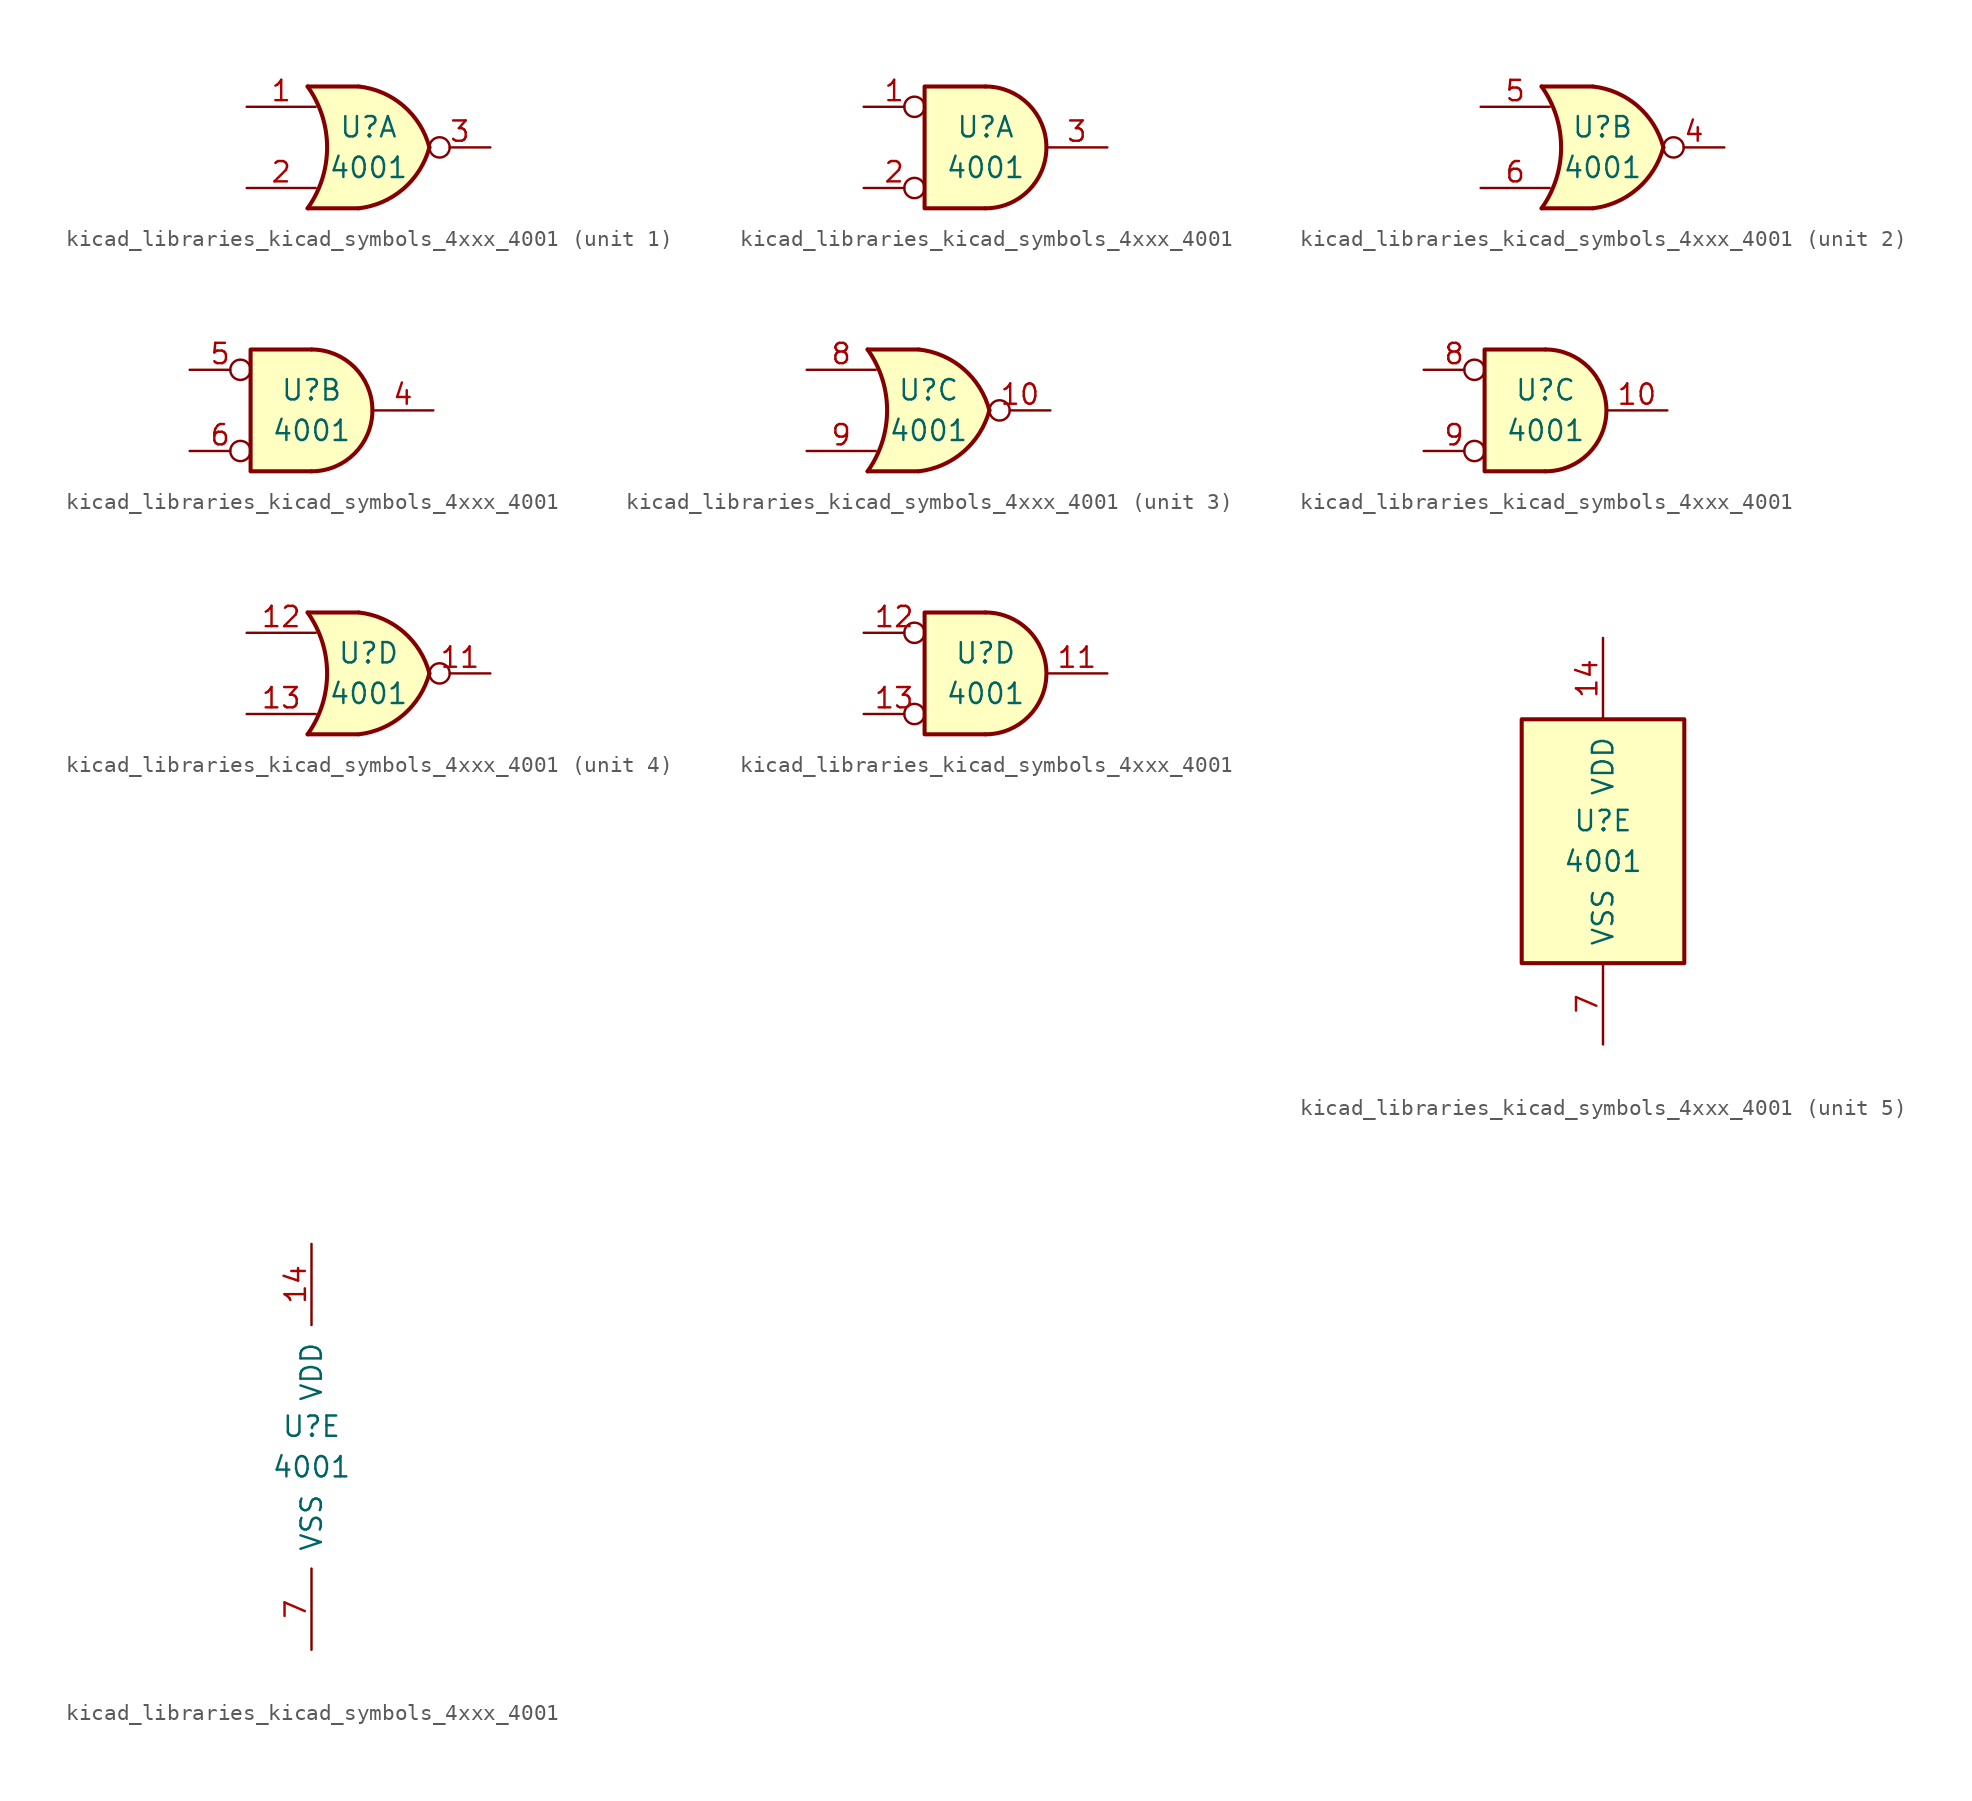
<source format=kicad_sym>
(kicad_symbol_lib
  (version 20220914)
  (generator kicad_symbol_editor)
  (symbol "kicad_libraries_kicad_symbols_4xxx_4001"
    (pin_names
      (offset 1.016))
    (property "Reference" "U"
      (at 0 1.27 0)
      (effects (font (size 1.27 1.27))))
    (property "Value" "4001"
      (at 0 -1.27 0)
      (effects (font (size 1.27 1.27))))
    (property "ki_locked" ""
      (at 0 0 0)
      (effects (font (size 1.27 1.27))))
    (symbol "kicad_libraries_kicad_symbols_4xxx_4001_1_1"
      (arc (start -3.81 -3.81) (mid -2.589 0) (end -3.81 3.81) (stroke (width 0.254) (type default)) (fill (type none)))
      (arc (start -0.6096 -3.81) (mid 2.1842 -2.5851) (end 3.81 0) (stroke (width 0.254) (type default)) (fill (type background)))
      (polyline (pts (xy -3.81 -3.81) (xy -0.635 -3.81)) (stroke (width 0.254) (type default)) (fill (type background)))
      (polyline (pts (xy -3.81 3.81) (xy -0.635 3.81)) (stroke (width 0.254) (type default)) (fill (type background)))
      (polyline (pts (xy -0.635 3.81) (xy -3.81 3.81) (xy -3.81 3.81) (xy -3.556 3.404) (xy -3.023 2.261) (xy -2.692 1.041) (xy -2.616 -0.254) (xy -2.769 -1.499) (xy -3.175 -2.718) (xy -3.81 -3.81) (xy -3.81 -3.81) (xy -0.635 -3.81)) (stroke (width -25.4) (type default)) (fill (type background)))
      (arc (start 3.81 0) (mid 2.1915 2.5936) (end -0.6096 3.81) (stroke (width 0.254) (type default)) (fill (type background)))
      (pin input line (at -7.62 2.54 0) (length 4.318) (name "~" (effects (font (size 1.27 1.27)))) (number "1" (effects (font (size 1.27 1.27)))))
      (pin input line (at -7.62 -2.54 0) (length 4.318) (name "~" (effects (font (size 1.27 1.27)))) (number "2" (effects (font (size 1.27 1.27)))))
      (pin output inverted (at 7.62 0 180) (length 3.81) (name "~" (effects (font (size 1.27 1.27)))) (number "3" (effects (font (size 1.27 1.27))))))
    (symbol "kicad_libraries_kicad_symbols_4xxx_4001_1_2"
      (arc (start 0 -3.81) (mid 3.7934 0) (end 0 3.81) (stroke (width 0.254) (type default)) (fill (type background)))
      (polyline (pts (xy 0 3.81) (xy -3.81 3.81) (xy -3.81 -3.81) (xy 0 -3.81)) (stroke (width 0.254) (type default)) (fill (type background)))
      (pin input inverted (at -7.62 2.54 0) (length 3.81) (name "~" (effects (font (size 1.27 1.27)))) (number "1" (effects (font (size 1.27 1.27)))))
      (pin input inverted (at -7.62 -2.54 0) (length 3.81) (name "~" (effects (font (size 1.27 1.27)))) (number "2" (effects (font (size 1.27 1.27)))))
      (pin output line (at 7.62 0 180) (length 3.81) (name "~" (effects (font (size 1.27 1.27)))) (number "3" (effects (font (size 1.27 1.27))))))
    (symbol "kicad_libraries_kicad_symbols_4xxx_4001_2_1"
      (arc (start -3.81 -3.81) (mid -2.589 0) (end -3.81 3.81) (stroke (width 0.254) (type default)) (fill (type none)))
      (arc (start -0.6096 -3.81) (mid 2.1842 -2.5851) (end 3.81 0) (stroke (width 0.254) (type default)) (fill (type background)))
      (polyline (pts (xy -3.81 -3.81) (xy -0.635 -3.81)) (stroke (width 0.254) (type default)) (fill (type background)))
      (polyline (pts (xy -3.81 3.81) (xy -0.635 3.81)) (stroke (width 0.254) (type default)) (fill (type background)))
      (polyline (pts (xy -0.635 3.81) (xy -3.81 3.81) (xy -3.81 3.81) (xy -3.556 3.404) (xy -3.023 2.261) (xy -2.692 1.041) (xy -2.616 -0.254) (xy -2.769 -1.499) (xy -3.175 -2.718) (xy -3.81 -3.81) (xy -3.81 -3.81) (xy -0.635 -3.81)) (stroke (width -25.4) (type default)) (fill (type background)))
      (arc (start 3.81 0) (mid 2.1915 2.5936) (end -0.6096 3.81) (stroke (width 0.254) (type default)) (fill (type background)))
      (pin output inverted (at 7.62 0 180) (length 3.81) (name "~" (effects (font (size 1.27 1.27)))) (number "4" (effects (font (size 1.27 1.27)))))
      (pin input line (at -7.62 2.54 0) (length 4.318) (name "~" (effects (font (size 1.27 1.27)))) (number "5" (effects (font (size 1.27 1.27)))))
      (pin input line (at -7.62 -2.54 0) (length 4.318) (name "~" (effects (font (size 1.27 1.27)))) (number "6" (effects (font (size 1.27 1.27))))))
    (symbol "kicad_libraries_kicad_symbols_4xxx_4001_2_2"
      (arc (start 0 -3.81) (mid 3.7934 0) (end 0 3.81) (stroke (width 0.254) (type default)) (fill (type background)))
      (polyline (pts (xy 0 3.81) (xy -3.81 3.81) (xy -3.81 -3.81) (xy 0 -3.81)) (stroke (width 0.254) (type default)) (fill (type background)))
      (pin output line (at 7.62 0 180) (length 3.81) (name "~" (effects (font (size 1.27 1.27)))) (number "4" (effects (font (size 1.27 1.27)))))
      (pin input inverted (at -7.62 2.54 0) (length 3.81) (name "~" (effects (font (size 1.27 1.27)))) (number "5" (effects (font (size 1.27 1.27)))))
      (pin input inverted (at -7.62 -2.54 0) (length 3.81) (name "~" (effects (font (size 1.27 1.27)))) (number "6" (effects (font (size 1.27 1.27))))))
    (symbol "kicad_libraries_kicad_symbols_4xxx_4001_3_1"
      (arc (start -3.81 -3.81) (mid -2.589 0) (end -3.81 3.81) (stroke (width 0.254) (type default)) (fill (type none)))
      (arc (start -0.6096 -3.81) (mid 2.1842 -2.5851) (end 3.81 0) (stroke (width 0.254) (type default)) (fill (type background)))
      (polyline (pts (xy -3.81 -3.81) (xy -0.635 -3.81)) (stroke (width 0.254) (type default)) (fill (type background)))
      (polyline (pts (xy -3.81 3.81) (xy -0.635 3.81)) (stroke (width 0.254) (type default)) (fill (type background)))
      (polyline (pts (xy -0.635 3.81) (xy -3.81 3.81) (xy -3.81 3.81) (xy -3.556 3.404) (xy -3.023 2.261) (xy -2.692 1.041) (xy -2.616 -0.254) (xy -2.769 -1.499) (xy -3.175 -2.718) (xy -3.81 -3.81) (xy -3.81 -3.81) (xy -0.635 -3.81)) (stroke (width -25.4) (type default)) (fill (type background)))
      (arc (start 3.81 0) (mid 2.1915 2.5936) (end -0.6096 3.81) (stroke (width 0.254) (type default)) (fill (type background)))
      (pin output inverted (at 7.62 0 180) (length 3.81) (name "~" (effects (font (size 1.27 1.27)))) (number "10" (effects (font (size 1.27 1.27)))))
      (pin input line (at -7.62 2.54 0) (length 4.318) (name "~" (effects (font (size 1.27 1.27)))) (number "8" (effects (font (size 1.27 1.27)))))
      (pin input line (at -7.62 -2.54 0) (length 4.318) (name "~" (effects (font (size 1.27 1.27)))) (number "9" (effects (font (size 1.27 1.27))))))
    (symbol "kicad_libraries_kicad_symbols_4xxx_4001_3_2"
      (arc (start 0 -3.81) (mid 3.7934 0) (end 0 3.81) (stroke (width 0.254) (type default)) (fill (type background)))
      (polyline (pts (xy 0 3.81) (xy -3.81 3.81) (xy -3.81 -3.81) (xy 0 -3.81)) (stroke (width 0.254) (type default)) (fill (type background)))
      (pin output line (at 7.62 0 180) (length 3.81) (name "~" (effects (font (size 1.27 1.27)))) (number "10" (effects (font (size 1.27 1.27)))))
      (pin input inverted (at -7.62 2.54 0) (length 3.81) (name "~" (effects (font (size 1.27 1.27)))) (number "8" (effects (font (size 1.27 1.27)))))
      (pin input inverted (at -7.62 -2.54 0) (length 3.81) (name "~" (effects (font (size 1.27 1.27)))) (number "9" (effects (font (size 1.27 1.27))))))
    (symbol "kicad_libraries_kicad_symbols_4xxx_4001_4_1"
      (arc (start -3.81 -3.81) (mid -2.589 0) (end -3.81 3.81) (stroke (width 0.254) (type default)) (fill (type none)))
      (arc (start -0.6096 -3.81) (mid 2.1842 -2.5851) (end 3.81 0) (stroke (width 0.254) (type default)) (fill (type background)))
      (polyline (pts (xy -3.81 -3.81) (xy -0.635 -3.81)) (stroke (width 0.254) (type default)) (fill (type background)))
      (polyline (pts (xy -3.81 3.81) (xy -0.635 3.81)) (stroke (width 0.254) (type default)) (fill (type background)))
      (polyline (pts (xy -0.635 3.81) (xy -3.81 3.81) (xy -3.81 3.81) (xy -3.556 3.404) (xy -3.023 2.261) (xy -2.692 1.041) (xy -2.616 -0.254) (xy -2.769 -1.499) (xy -3.175 -2.718) (xy -3.81 -3.81) (xy -3.81 -3.81) (xy -0.635 -3.81)) (stroke (width -25.4) (type default)) (fill (type background)))
      (arc (start 3.81 0) (mid 2.1915 2.5936) (end -0.6096 3.81) (stroke (width 0.254) (type default)) (fill (type background)))
      (pin output inverted (at 7.62 0 180) (length 3.81) (name "~" (effects (font (size 1.27 1.27)))) (number "11" (effects (font (size 1.27 1.27)))))
      (pin input line (at -7.62 2.54 0) (length 4.318) (name "~" (effects (font (size 1.27 1.27)))) (number "12" (effects (font (size 1.27 1.27)))))
      (pin input line (at -7.62 -2.54 0) (length 4.318) (name "~" (effects (font (size 1.27 1.27)))) (number "13" (effects (font (size 1.27 1.27))))))
    (symbol "kicad_libraries_kicad_symbols_4xxx_4001_4_2"
      (arc (start 0 -3.81) (mid 3.7934 0) (end 0 3.81) (stroke (width 0.254) (type default)) (fill (type background)))
      (polyline (pts (xy 0 3.81) (xy -3.81 3.81) (xy -3.81 -3.81) (xy 0 -3.81)) (stroke (width 0.254) (type default)) (fill (type background)))
      (pin output line (at 7.62 0 180) (length 3.81) (name "~" (effects (font (size 1.27 1.27)))) (number "11" (effects (font (size 1.27 1.27)))))
      (pin input inverted (at -7.62 2.54 0) (length 3.81) (name "~" (effects (font (size 1.27 1.27)))) (number "12" (effects (font (size 1.27 1.27)))))
      (pin input inverted (at -7.62 -2.54 0) (length 3.81) (name "~" (effects (font (size 1.27 1.27)))) (number "13" (effects (font (size 1.27 1.27))))))
    (symbol "kicad_libraries_kicad_symbols_4xxx_4001_5_0"
      (pin power_in line (at 0 12.7 270) (length 5.08) (name "VDD" (effects (font (size 1.27 1.27)))) (number "14" (effects (font (size 1.27 1.27)))))
      (pin power_in line (at 0 -12.7 90) (length 5.08) (name "VSS" (effects (font (size 1.27 1.27)))) (number "7" (effects (font (size 1.27 1.27))))))
    (symbol "kicad_libraries_kicad_symbols_4xxx_4001_5_1"
      (rectangle (start -5.08 7.62) (end 5.08 -7.62) (stroke (width 0.254) (type default)) (fill (type background))))))
</source>
